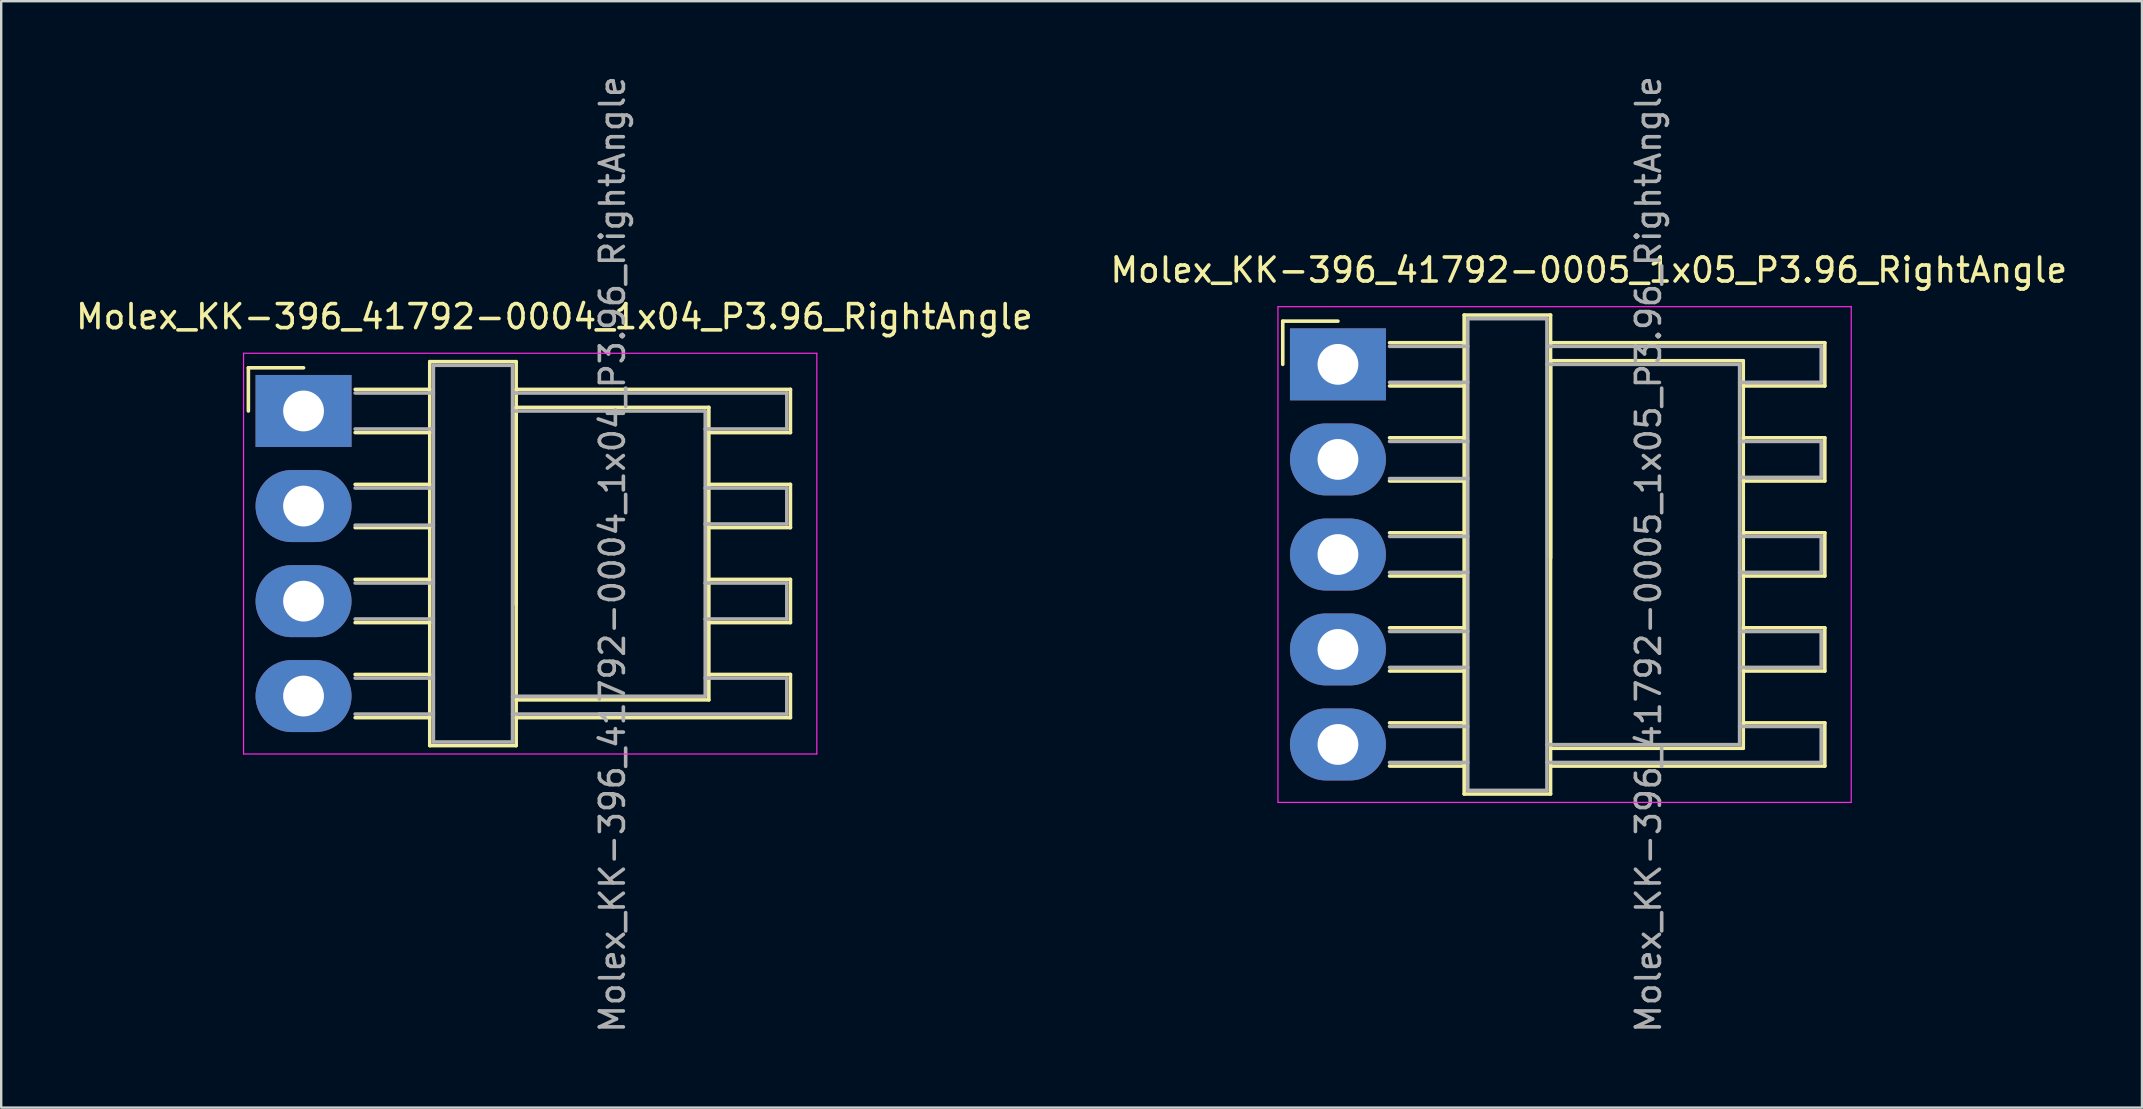
<source format=kicad_pcb>
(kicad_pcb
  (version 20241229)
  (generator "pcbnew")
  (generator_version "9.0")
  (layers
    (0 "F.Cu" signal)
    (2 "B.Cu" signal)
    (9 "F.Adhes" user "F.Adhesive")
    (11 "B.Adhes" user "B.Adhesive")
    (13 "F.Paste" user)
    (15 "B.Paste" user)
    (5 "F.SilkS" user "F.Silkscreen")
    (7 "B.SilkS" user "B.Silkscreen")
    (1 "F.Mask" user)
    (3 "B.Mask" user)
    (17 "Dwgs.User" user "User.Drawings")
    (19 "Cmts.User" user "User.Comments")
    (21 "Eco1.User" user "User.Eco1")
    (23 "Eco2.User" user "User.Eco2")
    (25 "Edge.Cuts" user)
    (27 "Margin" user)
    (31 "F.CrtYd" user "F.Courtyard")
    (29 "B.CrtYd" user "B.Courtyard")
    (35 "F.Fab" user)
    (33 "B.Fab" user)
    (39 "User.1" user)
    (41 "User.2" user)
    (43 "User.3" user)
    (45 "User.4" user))
  (footprint "Molex_KK-396_41792-0004_1x04_P3.96_RightAngle"
    (layer "F.Cu")
    (at 9.6 14.077)
    (property "Reference" "Molex_KK-396_41792-0004_1x04_P3.96_RightAngle" (at 10.454 -3.929 0) (layer "F.SilkS") (effects (font (size 1 1) (thickness 0.15))))
    (attr through_hole)
    (fp_line (start -2.3 -1.8) (end 0 -1.8) (stroke (width 0.15) (type solid)) (layer "F.SilkS"))
    (fp_line (start -2.3 0) (end -2.3 -1.8) (stroke (width 0.15) (type solid)) (layer "F.SilkS"))
    (fp_line (start 2.15 0.9) (end 5.26 0.9) (stroke (width 0.15) (type solid)) (layer "F.SilkS"))
    (fp_line (start 2.15 3.06) (end 5.26 3.06) (stroke (width 0.15) (type solid)) (layer "F.SilkS"))
    (fp_line (start 2.15 4.86) (end 5.26 4.86) (stroke (width 0.15) (type solid)) (layer "F.SilkS"))
    (fp_line (start 2.15 7.02) (end 5.26 7.02) (stroke (width 0.15) (type solid)) (layer "F.SilkS"))
    (fp_line (start 2.15 8.82) (end 5.26 8.82) (stroke (width 0.15) (type solid)) (layer "F.SilkS"))
    (fp_line (start 2.15 10.98) (end 5.26 10.98) (stroke (width 0.15) (type solid)) (layer "F.SilkS"))
    (fp_line (start 2.15 12.78) (end 5.26 12.78) (stroke (width 0.15) (type solid)) (layer "F.SilkS"))
    (fp_line (start 5.26 -2.055) (end 5.26 13.945) (stroke (width 0.15) (type solid)) (layer "F.SilkS"))
    (fp_line (start 5.26 -0.9) (end 2.15 -0.9) (stroke (width 0.15) (type solid)) (layer "F.SilkS"))
    (fp_line (start 8.86 -2.055) (end 5.26 -2.055) (stroke (width 0.15) (type solid)) (layer "F.SilkS"))
    (fp_line (start 8.86 -2.055) (end 8.86 13.945) (stroke (width 0.15) (type solid)) (layer "F.SilkS"))
    (fp_line (start 8.86 -0.9) (end 20.29 -0.9) (stroke (width 0.15) (type solid)) (layer "F.SilkS"))
    (fp_line (start 8.86 -0.15) (end 16.89 -0.15) (stroke (width 0.15) (type solid)) (layer "F.SilkS"))
    (fp_line (start 8.86 8.07) (end 8.86 -0.15) (stroke (width 0.15) (type solid)) (layer "F.SilkS"))
    (fp_line (start 8.86 13.945) (end 5.26 13.945) (stroke (width 0.15) (type solid)) (layer "F.SilkS"))
    (fp_line (start 16.89 -0.15) (end 16.89 12.04) (stroke (width 0.15) (type solid)) (layer "F.SilkS"))
    (fp_line (start 16.89 0.9) (end 20.29 0.9) (stroke (width 0.15) (type solid)) (layer "F.SilkS"))
    (fp_line (start 16.89 3.06) (end 20.29 3.06) (stroke (width 0.15) (type solid)) (layer "F.SilkS"))
    (fp_line (start 16.89 7.02) (end 20.29 7.02) (stroke (width 0.15) (type solid)) (layer "F.SilkS"))
    (fp_line (start 16.89 10.98) (end 20.29 10.98) (stroke (width 0.15) (type solid)) (layer "F.SilkS"))
    (fp_line (start 16.89 12.04) (end 8.86 12.04) (stroke (width 0.15) (type solid)) (layer "F.SilkS"))
    (fp_line (start 20.29 0.9) (end 20.29 -0.9) (stroke (width 0.15) (type solid)) (layer "F.SilkS"))
    (fp_line (start 20.29 3.06) (end 20.29 4.86) (stroke (width 0.15) (type solid)) (layer "F.SilkS"))
    (fp_line (start 20.29 4.86) (end 16.89 4.86) (stroke (width 0.15) (type solid)) (layer "F.SilkS"))
    (fp_line (start 20.29 7.02) (end 20.29 8.82) (stroke (width 0.15) (type solid)) (layer "F.SilkS"))
    (fp_line (start 20.29 8.82) (end 16.89 8.82) (stroke (width 0.15) (type solid)) (layer "F.SilkS"))
    (fp_line (start 20.29 10.98) (end 20.29 12.78) (stroke (width 0.15) (type solid)) (layer "F.SilkS"))
    (fp_line (start 20.29 12.78) (end 8.86 12.78) (stroke (width 0.15) (type solid)) (layer "F.SilkS"))
    (fp_line (start -2.5 -2.405) (end 21.39 -2.405) (stroke (width 0.05) (type solid)) (layer "F.CrtYd"))
    (fp_line (start -2.5 14.295) (end -2.5 -2.405) (stroke (width 0.05) (type solid)) (layer "F.CrtYd"))
    (fp_line (start 21.39 -2.405) (end 21.39 14.295) (stroke (width 0.05) (type solid)) (layer "F.CrtYd"))
    (fp_line (start 21.39 14.295) (end -2.5 14.295) (stroke (width 0.05) (type solid)) (layer "F.CrtYd"))
    (fp_line (start 2.15 0.75) (end 5.41 0.75) (stroke (width 0.15) (type solid)) (layer "F.Fab"))
    (fp_line (start 2.15 3.21) (end 5.41 3.21) (stroke (width 0.15) (type solid)) (layer "F.Fab"))
    (fp_line (start 2.15 4.76) (end 5.41 4.76) (stroke (width 0.15) (type solid)) (layer "F.Fab"))
    (fp_line (start 2.15 7.17) (end 5.41 7.17) (stroke (width 0.15) (type solid)) (layer "F.Fab"))
    (fp_line (start 2.15 8.67) (end 5.41 8.67) (stroke (width 0.15) (type solid)) (layer "F.Fab"))
    (fp_line (start 2.15 11.13) (end 5.41 11.13) (stroke (width 0.15) (type solid)) (layer "F.Fab"))
    (fp_line (start 2.15 12.63) (end 5.41 12.63) (stroke (width 0.15) (type solid)) (layer "F.Fab"))
    (fp_line (start 5.41 -1.905) (end 5.41 13.795) (stroke (width 0.15) (type solid)) (layer "F.Fab"))
    (fp_line (start 5.41 -0.75) (end 2.15 -0.75) (stroke (width 0.15) (type solid)) (layer "F.Fab"))
    (fp_line (start 5.41 13.795) (end 8.71 13.795) (stroke (width 0.15) (type solid)) (layer "F.Fab"))
    (fp_line (start 8.71 -1.905) (end 5.41 -1.905) (stroke (width 0.15) (type solid)) (layer "F.Fab"))
    (fp_line (start 8.71 0) (end 16.74 0) (stroke (width 0.15) (type solid)) (layer "F.Fab"))
    (fp_line (start 8.71 12.63) (end 20.14 12.63) (stroke (width 0.15) (type solid)) (layer "F.Fab"))
    (fp_line (start 8.71 13.795) (end 8.71 -1.905) (stroke (width 0.15) (type solid)) (layer "F.Fab"))
    (fp_line (start 16.74 0) (end 16.74 11.89) (stroke (width 0.15) (type solid)) (layer "F.Fab"))
    (fp_line (start 16.74 0.75) (end 20.14 0.75) (stroke (width 0.15) (type solid)) (layer "F.Fab"))
    (fp_line (start 16.74 3.21) (end 20.14 3.21) (stroke (width 0.15) (type solid)) (layer "F.Fab"))
    (fp_line (start 16.74 4.71) (end 20.14 4.71) (stroke (width 0.15) (type solid)) (layer "F.Fab"))
    (fp_line (start 16.74 7.17) (end 20.14 7.17) (stroke (width 0.15) (type solid)) (layer "F.Fab"))
    (fp_line (start 16.74 8.67) (end 20.14 8.67) (stroke (width 0.15) (type solid)) (layer "F.Fab"))
    (fp_line (start 16.74 11.89) (end 8.71 11.89) (stroke (width 0.15) (type solid)) (layer "F.Fab"))
    (fp_line (start 20.14 -0.75) (end 8.8 -0.75) (stroke (width 0.15) (type solid)) (layer "F.Fab"))
    (fp_line (start 20.14 -0.75) (end 20.14 0.75) (stroke (width 0.15) (type solid)) (layer "F.Fab"))
    (fp_line (start 20.14 3.21) (end 20.14 4.71) (stroke (width 0.15) (type solid)) (layer "F.Fab"))
    (fp_line (start 20.14 8.67) (end 20.14 7.17) (stroke (width 0.15) (type solid)) (layer "F.Fab"))
    (fp_line (start 20.14 11.13) (end 16.74 11.13) (stroke (width 0.15) (type solid)) (layer "F.Fab"))
    (fp_line (start 20.14 12.63) (end 20.14 11.13) (stroke (width 0.15) (type solid)) (layer "F.Fab"))
    (fp_text user "${REFERENCE}" (at 12.873 5.977 270) (layer "F.Fab") (effects (font (size 1 1) (thickness 0.15))))
    (pad "1" thru_hole rect (at 0 0 270) (size 3 4) (drill 1.7) (layers "*.Cu" "*.Mask"))
    (pad "2" thru_hole oval (at 0 3.962 270) (size 3 4) (drill 1.7) (layers "*.Cu" "*.Mask"))
    (pad "3" thru_hole oval (at 0 7.925 270) (size 3 4) (drill 1.7) (layers "*.Cu" "*.Mask"))
    (pad "4" thru_hole oval (at 0 11.88 270) (size 3 4) (drill 1.7) (layers "*.Cu" "*.Mask")))
  (footprint "Molex_KK-396_41792-0005_1x05_P3.96_RightAngle"
    (layer "F.Cu")
    (at 52.707 12.134)
    (property "Reference" "Molex_KK-396_41792-0005_1x05_P3.96_RightAngle" (at 10.454 -3.929 0) (layer "F.SilkS") (effects (font (size 1 1) (thickness 0.15))))
    (attr through_hole)
    (fp_line (start -2.3 -1.8) (end 0 -1.8) (stroke (width 0.15) (type solid)) (layer "F.SilkS"))
    (fp_line (start -2.3 0) (end -2.3 -1.8) (stroke (width 0.15) (type solid)) (layer "F.SilkS"))
    (fp_line (start 2.15 0.9) (end 5.26 0.9) (stroke (width 0.15) (type solid)) (layer "F.SilkS"))
    (fp_line (start 2.15 3.06) (end 5.26 3.06) (stroke (width 0.15) (type solid)) (layer "F.SilkS"))
    (fp_line (start 2.15 4.86) (end 5.26 4.86) (stroke (width 0.15) (type solid)) (layer "F.SilkS"))
    (fp_line (start 2.15 7.02) (end 5.26 7.02) (stroke (width 0.15) (type solid)) (layer "F.SilkS"))
    (fp_line (start 2.15 8.82) (end 5.26 8.82) (stroke (width 0.15) (type solid)) (layer "F.SilkS"))
    (fp_line (start 2.15 10.98) (end 5.26 10.98) (stroke (width 0.15) (type solid)) (layer "F.SilkS"))
    (fp_line (start 2.15 12.78) (end 5.26 12.78) (stroke (width 0.15) (type solid)) (layer "F.SilkS"))
    (fp_line (start 2.15 14.94) (end 5.26 14.94) (stroke (width 0.15) (type solid)) (layer "F.SilkS"))
    (fp_line (start 2.15 16.74) (end 5.26 16.74) (stroke (width 0.15) (type solid)) (layer "F.SilkS"))
    (fp_line (start 5.26 -2.055) (end 5.26 17.904) (stroke (width 0.15) (type solid)) (layer "F.SilkS"))
    (fp_line (start 5.26 -0.9) (end 2.15 -0.9) (stroke (width 0.15) (type solid)) (layer "F.SilkS"))
    (fp_line (start 8.86 -2.055) (end 5.26 -2.055) (stroke (width 0.15) (type solid)) (layer "F.SilkS"))
    (fp_line (start 8.86 -2.055) (end 8.86 17.904) (stroke (width 0.15) (type solid)) (layer "F.SilkS"))
    (fp_line (start 8.86 -0.9) (end 20.29 -0.9) (stroke (width 0.15) (type solid)) (layer "F.SilkS"))
    (fp_line (start 8.86 -0.15) (end 16.89 -0.15) (stroke (width 0.15) (type solid)) (layer "F.SilkS"))
    (fp_line (start 8.86 8.07) (end 8.86 -0.15) (stroke (width 0.15) (type solid)) (layer "F.SilkS"))
    (fp_line (start 8.86 17.905) (end 5.26 17.905) (stroke (width 0.15) (type solid)) (layer "F.SilkS"))
    (fp_line (start 16.89 -0.15) (end 16.891 15.999) (stroke (width 0.15) (type solid)) (layer "F.SilkS"))
    (fp_line (start 16.89 0.9) (end 20.29 0.9) (stroke (width 0.15) (type solid)) (layer "F.SilkS"))
    (fp_line (start 16.89 3.06) (end 20.29 3.06) (stroke (width 0.15) (type solid)) (layer "F.SilkS"))
    (fp_line (start 16.89 7.02) (end 20.29 7.02) (stroke (width 0.15) (type solid)) (layer "F.SilkS"))
    (fp_line (start 16.89 10.98) (end 20.29 10.98) (stroke (width 0.15) (type solid)) (layer "F.SilkS"))
    (fp_line (start 16.89 14.94) (end 20.29 14.94) (stroke (width 0.15) (type solid)) (layer "F.SilkS"))
    (fp_line (start 16.89 16) (end 8.86 16) (stroke (width 0.15) (type solid)) (layer "F.SilkS"))
    (fp_line (start 20.29 0.9) (end 20.29 -0.9) (stroke (width 0.15) (type solid)) (layer "F.SilkS"))
    (fp_line (start 20.29 3.06) (end 20.29 4.86) (stroke (width 0.15) (type solid)) (layer "F.SilkS"))
    (fp_line (start 20.29 4.86) (end 16.89 4.86) (stroke (width 0.15) (type solid)) (layer "F.SilkS"))
    (fp_line (start 20.29 7.02) (end 20.29 8.82) (stroke (width 0.15) (type solid)) (layer "F.SilkS"))
    (fp_line (start 20.29 8.82) (end 16.89 8.82) (stroke (width 0.15) (type solid)) (layer "F.SilkS"))
    (fp_line (start 20.29 10.98) (end 20.29 12.78) (stroke (width 0.15) (type solid)) (layer "F.SilkS"))
    (fp_line (start 20.29 12.78) (end 16.891 12.779) (stroke (width 0.15) (type solid)) (layer "F.SilkS"))
    (fp_line (start 20.29 14.94) (end 20.29 16.74) (stroke (width 0.15) (type solid)) (layer "F.SilkS"))
    (fp_line (start 20.29 16.74) (end 8.86 16.74) (stroke (width 0.15) (type solid)) (layer "F.SilkS"))
    (fp_line (start -2.5 -2.405) (end 21.39 -2.405) (stroke (width 0.05) (type solid)) (layer "F.CrtYd"))
    (fp_line (start -2.5 18.255) (end -2.5 -2.405) (stroke (width 0.05) (type solid)) (layer "F.CrtYd"))
    (fp_line (start 21.39 -2.405) (end 21.39 18.255) (stroke (width 0.05) (type solid)) (layer "F.CrtYd"))
    (fp_line (start 21.39 18.255) (end -2.5 18.255) (stroke (width 0.05) (type solid)) (layer "F.CrtYd"))
    (fp_line (start 2.15 0.75) (end 5.41 0.75) (stroke (width 0.15) (type solid)) (layer "F.Fab"))
    (fp_line (start 2.15 3.21) (end 5.41 3.21) (stroke (width 0.15) (type solid)) (layer "F.Fab"))
    (fp_line (start 2.15 4.76) (end 5.41 4.76) (stroke (width 0.15) (type solid)) (layer "F.Fab"))
    (fp_line (start 2.15 7.17) (end 5.41 7.17) (stroke (width 0.15) (type solid)) (layer "F.Fab"))
    (fp_line (start 2.15 8.67) (end 5.41 8.67) (stroke (width 0.15) (type solid)) (layer "F.Fab"))
    (fp_line (start 2.15 11.13) (end 5.41 11.13) (stroke (width 0.15) (type solid)) (layer "F.Fab"))
    (fp_line (start 2.15 12.63) (end 5.41 12.63) (stroke (width 0.15) (type solid)) (layer "F.Fab"))
    (fp_line (start 2.15 15.09) (end 5.41 15.09) (stroke (width 0.15) (type solid)) (layer "F.Fab"))
    (fp_line (start 2.15 16.59) (end 5.41 16.59) (stroke (width 0.15) (type solid)) (layer "F.Fab"))
    (fp_line (start 5.41 -1.905) (end 5.41 17.755) (stroke (width 0.15) (type solid)) (layer "F.Fab"))
    (fp_line (start 5.41 -0.75) (end 2.15 -0.75) (stroke (width 0.15) (type solid)) (layer "F.Fab"))
    (fp_line (start 5.41 17.755) (end 8.71 17.755) (stroke (width 0.15) (type solid)) (layer "F.Fab"))
    (fp_line (start 8.71 17.755) (end 8.71 -1.905) (stroke (width 0.15) (type solid)) (layer "F.Fab"))
    (fp_line (start 8.71 -1.905) (end 5.41 -1.905) (stroke (width 0.15) (type solid)) (layer "F.Fab"))
    (fp_line (start 8.71 0) (end 16.74 0) (stroke (width 0.15) (type solid)) (layer "F.Fab"))
    (fp_line (start 8.71 16.59) (end 20.14 16.59) (stroke (width 0.15) (type solid)) (layer "F.Fab"))
    (fp_line (start 16.74 0) (end 16.739 15.85) (stroke (width 0.15) (type solid)) (layer "F.Fab"))
    (fp_line (start 16.74 0.75) (end 20.14 0.75) (stroke (width 0.15) (type solid)) (layer "F.Fab"))
    (fp_line (start 16.74 3.21) (end 20.14 3.21) (stroke (width 0.15) (type solid)) (layer "F.Fab"))
    (fp_line (start 16.74 4.71) (end 20.14 4.71) (stroke (width 0.15) (type solid)) (layer "F.Fab"))
    (fp_line (start 16.74 7.17) (end 20.14 7.17) (stroke (width 0.15) (type solid)) (layer "F.Fab"))
    (fp_line (start 16.74 8.67) (end 20.14 8.67) (stroke (width 0.15) (type solid)) (layer "F.Fab"))
    (fp_line (start 16.74 12.63) (end 20.14 12.63) (stroke (width 0.15) (type solid)) (layer "F.Fab"))
    (fp_line (start 16.74 15.85) (end 8.71 15.85) (stroke (width 0.15) (type solid)) (layer "F.Fab"))
    (fp_line (start 20.14 -0.75) (end 8.8 -0.75) (stroke (width 0.15) (type solid)) (layer "F.Fab"))
    (fp_line (start 20.14 -0.75) (end 20.14 0.75) (stroke (width 0.15) (type solid)) (layer "F.Fab"))
    (fp_line (start 20.14 3.21) (end 20.14 4.71) (stroke (width 0.15) (type solid)) (layer "F.Fab"))
    (fp_line (start 20.14 8.67) (end 20.14 7.17) (stroke (width 0.15) (type solid)) (layer "F.Fab"))
    (fp_line (start 20.14 11.13) (end 16.74 11.13) (stroke (width 0.15) (type solid)) (layer "F.Fab"))
    (fp_line (start 20.14 12.63) (end 20.14 11.13) (stroke (width 0.15) (type solid)) (layer "F.Fab"))
    (fp_line (start 20.14 15.09) (end 16.74 15.09) (stroke (width 0.15) (type solid)) (layer "F.Fab"))
    (fp_line (start 20.14 16.59) (end 20.14 15.09) (stroke (width 0.15) (type solid)) (layer "F.Fab"))
    (fp_text user "${REFERENCE}" (at 12.941 7.92 270) (layer "F.Fab") (effects (font (size 1 1) (thickness 0.15))))
    (pad "1" thru_hole rect (at 0 0 270) (size 3 4) (drill 1.7) (layers "*.Cu" "*.Mask"))
    (pad "2" thru_hole oval (at 0 3.962 270) (size 3 4) (drill 1.7) (layers "*.Cu" "*.Mask"))
    (pad "3" thru_hole oval (at 0 7.925 270) (size 3 4) (drill 1.7) (layers "*.Cu" "*.Mask"))
    (pad "4" thru_hole oval (at 0 11.88 270) (size 3 4) (drill 1.7) (layers "*.Cu" "*.Mask"))
    (pad "5" thru_hole oval (at 0 15.84 270) (size 3 4) (drill 1.7) (layers "*.Cu" "*.Mask")))
  (gr_rect
    (start -3 -3)
    (end 86.214 43.107)
    (stroke (width 0.1) (type default))
    (fill no)
    (layer "Edge.Cuts")))
</source>
